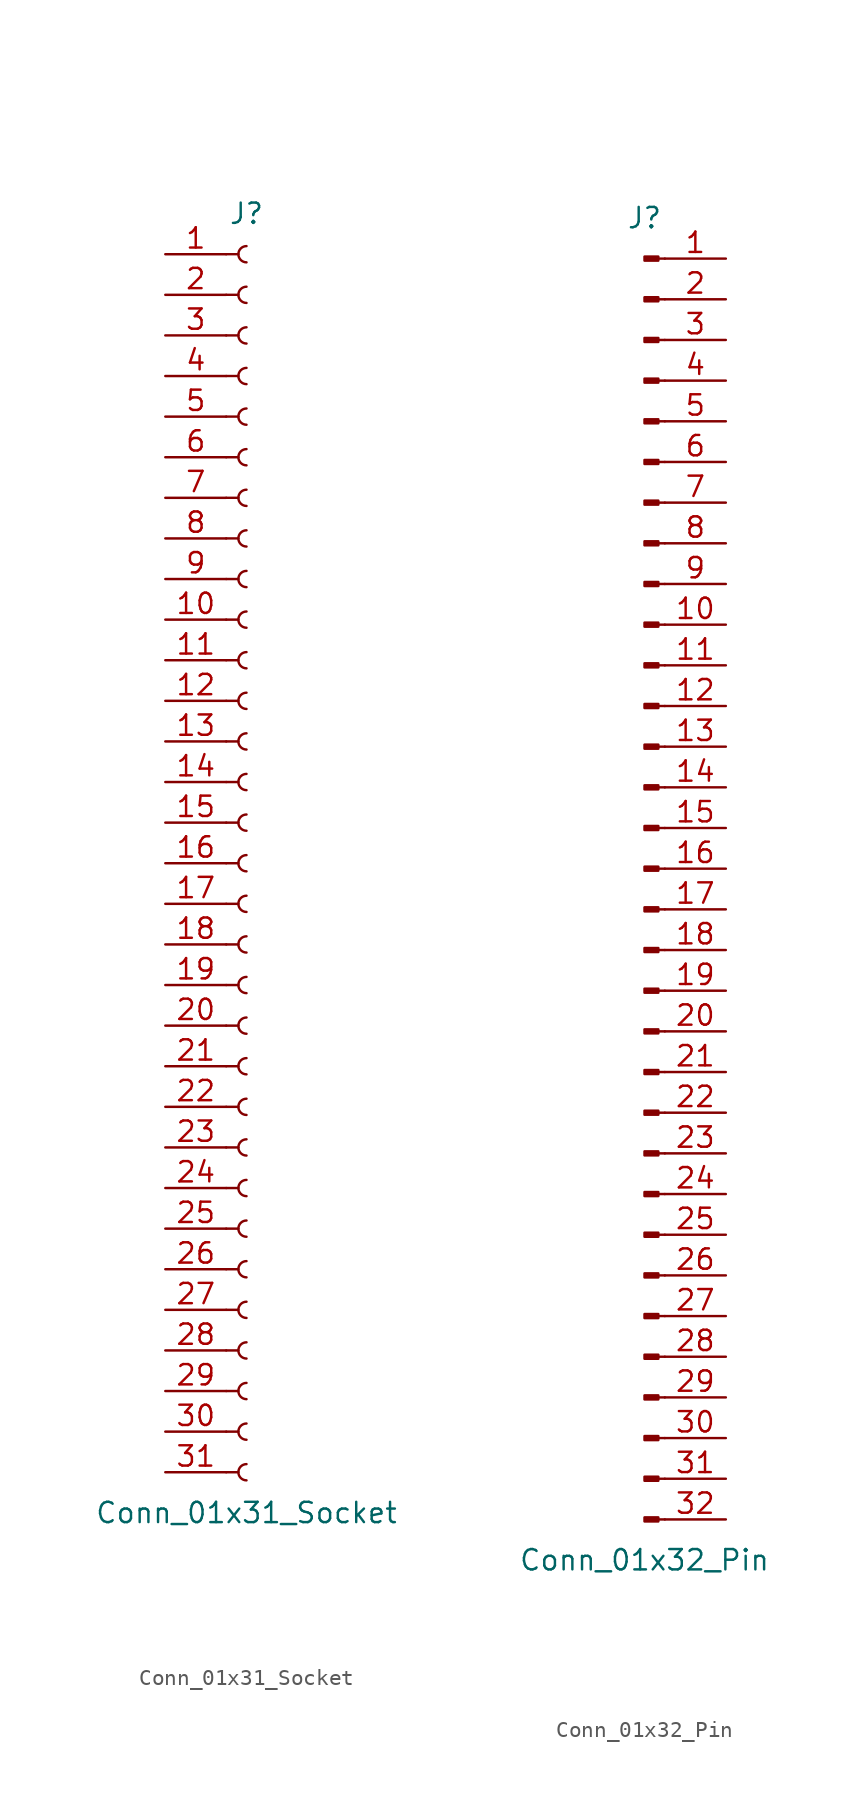
<source format=kicad_sym>
(kicad_symbol_lib
  (version 20241209)
  (generator "kicad_symbol_editor")
  (generator_version "9.0")
  (symbol "Conn_01x31_Socket"
    (pin_names
      (offset 1.016)
      (hide yes))
    (property "Reference" "J"
      (at 0 40.64 0)
      (effects (font (size 1.27 1.27))))
    (property "Value" "Conn_01x31_Socket"
      (at 0 -40.64 0)
      (effects (font (size 1.27 1.27))))
    (property "ki_locked" ""
      (at 0 0 0)
      (effects (font (size 1.27 1.27))))
    (symbol "Conn_01x31_Socket_1_1"
      (polyline (pts (xy -1.27 38.1) (xy -0.508 38.1)) (stroke (width 0.152) (type default)) (fill (type none)))
      (polyline (pts (xy -1.27 35.56) (xy -0.508 35.56)) (stroke (width 0.152) (type default)) (fill (type none)))
      (polyline (pts (xy -1.27 33.02) (xy -0.508 33.02)) (stroke (width 0.152) (type default)) (fill (type none)))
      (polyline (pts (xy -1.27 30.48) (xy -0.508 30.48)) (stroke (width 0.152) (type default)) (fill (type none)))
      (polyline (pts (xy -1.27 27.94) (xy -0.508 27.94)) (stroke (width 0.152) (type default)) (fill (type none)))
      (polyline (pts (xy -1.27 25.4) (xy -0.508 25.4)) (stroke (width 0.152) (type default)) (fill (type none)))
      (polyline (pts (xy -1.27 22.86) (xy -0.508 22.86)) (stroke (width 0.152) (type default)) (fill (type none)))
      (polyline (pts (xy -1.27 20.32) (xy -0.508 20.32)) (stroke (width 0.152) (type default)) (fill (type none)))
      (polyline (pts (xy -1.27 17.78) (xy -0.508 17.78)) (stroke (width 0.152) (type default)) (fill (type none)))
      (polyline (pts (xy -1.27 15.24) (xy -0.508 15.24)) (stroke (width 0.152) (type default)) (fill (type none)))
      (polyline (pts (xy -1.27 12.7) (xy -0.508 12.7)) (stroke (width 0.152) (type default)) (fill (type none)))
      (polyline (pts (xy -1.27 10.16) (xy -0.508 10.16)) (stroke (width 0.152) (type default)) (fill (type none)))
      (polyline (pts (xy -1.27 7.62) (xy -0.508 7.62)) (stroke (width 0.152) (type default)) (fill (type none)))
      (polyline (pts (xy -1.27 5.08) (xy -0.508 5.08)) (stroke (width 0.152) (type default)) (fill (type none)))
      (polyline (pts (xy -1.27 2.54) (xy -0.508 2.54)) (stroke (width 0.152) (type default)) (fill (type none)))
      (polyline (pts (xy -1.27 0) (xy -0.508 0)) (stroke (width 0.152) (type default)) (fill (type none)))
      (polyline (pts (xy -1.27 -2.54) (xy -0.508 -2.54)) (stroke (width 0.152) (type default)) (fill (type none)))
      (polyline (pts (xy -1.27 -5.08) (xy -0.508 -5.08)) (stroke (width 0.152) (type default)) (fill (type none)))
      (polyline (pts (xy -1.27 -7.62) (xy -0.508 -7.62)) (stroke (width 0.152) (type default)) (fill (type none)))
      (polyline (pts (xy -1.27 -10.16) (xy -0.508 -10.16)) (stroke (width 0.152) (type default)) (fill (type none)))
      (polyline (pts (xy -1.27 -12.7) (xy -0.508 -12.7)) (stroke (width 0.152) (type default)) (fill (type none)))
      (polyline (pts (xy -1.27 -15.24) (xy -0.508 -15.24)) (stroke (width 0.152) (type default)) (fill (type none)))
      (polyline (pts (xy -1.27 -17.78) (xy -0.508 -17.78)) (stroke (width 0.152) (type default)) (fill (type none)))
      (polyline (pts (xy -1.27 -20.32) (xy -0.508 -20.32)) (stroke (width 0.152) (type default)) (fill (type none)))
      (polyline (pts (xy -1.27 -22.86) (xy -0.508 -22.86)) (stroke (width 0.152) (type default)) (fill (type none)))
      (polyline (pts (xy -1.27 -25.4) (xy -0.508 -25.4)) (stroke (width 0.152) (type default)) (fill (type none)))
      (polyline (pts (xy -1.27 -27.94) (xy -0.508 -27.94)) (stroke (width 0.152) (type default)) (fill (type none)))
      (polyline (pts (xy -1.27 -30.48) (xy -0.508 -30.48)) (stroke (width 0.152) (type default)) (fill (type none)))
      (polyline (pts (xy -1.27 -33.02) (xy -0.508 -33.02)) (stroke (width 0.152) (type default)) (fill (type none)))
      (polyline (pts (xy -1.27 -35.56) (xy -0.508 -35.56)) (stroke (width 0.152) (type default)) (fill (type none)))
      (polyline (pts (xy -1.27 -38.1) (xy -0.508 -38.1)) (stroke (width 0.152) (type default)) (fill (type none)))
      (arc (start 0 37.592) (mid -0.5058 38.1) (end 0 38.608) (stroke (width 0.1524) (type default)) (fill (type none)))
      (arc (start 0 35.052) (mid -0.5058 35.56) (end 0 36.068) (stroke (width 0.1524) (type default)) (fill (type none)))
      (arc (start 0 32.512) (mid -0.5058 33.02) (end 0 33.528) (stroke (width 0.1524) (type default)) (fill (type none)))
      (arc (start 0 29.972) (mid -0.5058 30.48) (end 0 30.988) (stroke (width 0.1524) (type default)) (fill (type none)))
      (arc (start 0 27.432) (mid -0.5058 27.94) (end 0 28.448) (stroke (width 0.1524) (type default)) (fill (type none)))
      (arc (start 0 24.892) (mid -0.5058 25.4) (end 0 25.908) (stroke (width 0.1524) (type default)) (fill (type none)))
      (arc (start 0 22.352) (mid -0.5058 22.86) (end 0 23.368) (stroke (width 0.1524) (type default)) (fill (type none)))
      (arc (start 0 19.812) (mid -0.5058 20.32) (end 0 20.828) (stroke (width 0.1524) (type default)) (fill (type none)))
      (arc (start 0 17.272) (mid -0.5058 17.78) (end 0 18.288) (stroke (width 0.1524) (type default)) (fill (type none)))
      (arc (start 0 14.732) (mid -0.5058 15.24) (end 0 15.748) (stroke (width 0.1524) (type default)) (fill (type none)))
      (arc (start 0 12.192) (mid -0.5058 12.7) (end 0 13.208) (stroke (width 0.1524) (type default)) (fill (type none)))
      (arc (start 0 9.652) (mid -0.5058 10.16) (end 0 10.668) (stroke (width 0.1524) (type default)) (fill (type none)))
      (arc (start 0 7.112) (mid -0.5058 7.62) (end 0 8.128) (stroke (width 0.1524) (type default)) (fill (type none)))
      (arc (start 0 4.572) (mid -0.5058 5.08) (end 0 5.588) (stroke (width 0.1524) (type default)) (fill (type none)))
      (arc (start 0 2.032) (mid -0.5058 2.54) (end 0 3.048) (stroke (width 0.1524) (type default)) (fill (type none)))
      (arc (start 0 -0.508) (mid -0.5058 0) (end 0 0.508) (stroke (width 0.1524) (type default)) (fill (type none)))
      (arc (start 0 -3.048) (mid -0.5058 -2.54) (end 0 -2.032) (stroke (width 0.1524) (type default)) (fill (type none)))
      (arc (start 0 -5.588) (mid -0.5058 -5.08) (end 0 -4.572) (stroke (width 0.1524) (type default)) (fill (type none)))
      (arc (start 0 -8.128) (mid -0.5058 -7.62) (end 0 -7.112) (stroke (width 0.1524) (type default)) (fill (type none)))
      (arc (start 0 -10.668) (mid -0.5058 -10.16) (end 0 -9.652) (stroke (width 0.1524) (type default)) (fill (type none)))
      (arc (start 0 -13.208) (mid -0.5058 -12.7) (end 0 -12.192) (stroke (width 0.1524) (type default)) (fill (type none)))
      (arc (start 0 -15.748) (mid -0.5058 -15.24) (end 0 -14.732) (stroke (width 0.1524) (type default)) (fill (type none)))
      (arc (start 0 -18.288) (mid -0.5058 -17.78) (end 0 -17.272) (stroke (width 0.1524) (type default)) (fill (type none)))
      (arc (start 0 -20.828) (mid -0.5058 -20.32) (end 0 -19.812) (stroke (width 0.1524) (type default)) (fill (type none)))
      (arc (start 0 -23.368) (mid -0.5058 -22.86) (end 0 -22.352) (stroke (width 0.1524) (type default)) (fill (type none)))
      (arc (start 0 -25.908) (mid -0.5058 -25.4) (end 0 -24.892) (stroke (width 0.1524) (type default)) (fill (type none)))
      (arc (start 0 -28.448) (mid -0.5058 -27.94) (end 0 -27.432) (stroke (width 0.1524) (type default)) (fill (type none)))
      (arc (start 0 -30.988) (mid -0.5058 -30.48) (end 0 -29.972) (stroke (width 0.1524) (type default)) (fill (type none)))
      (arc (start 0 -33.528) (mid -0.5058 -33.02) (end 0 -32.512) (stroke (width 0.1524) (type default)) (fill (type none)))
      (arc (start 0 -36.068) (mid -0.5058 -35.56) (end 0 -35.052) (stroke (width 0.1524) (type default)) (fill (type none)))
      (arc (start 0 -38.608) (mid -0.5058 -38.1) (end 0 -37.592) (stroke (width 0.1524) (type default)) (fill (type none)))
      (pin passive line (at -5.08 38.1 0) (length 3.81) (name "Pin_1" (effects (font (size 1.27 1.27)))) (number "1" (effects (font (size 1.27 1.27)))))
      (pin passive line (at -5.08 35.56 0) (length 3.81) (name "Pin_2" (effects (font (size 1.27 1.27)))) (number "2" (effects (font (size 1.27 1.27)))))
      (pin passive line (at -5.08 33.02 0) (length 3.81) (name "Pin_3" (effects (font (size 1.27 1.27)))) (number "3" (effects (font (size 1.27 1.27)))))
      (pin passive line (at -5.08 30.48 0) (length 3.81) (name "Pin_4" (effects (font (size 1.27 1.27)))) (number "4" (effects (font (size 1.27 1.27)))))
      (pin passive line (at -5.08 27.94 0) (length 3.81) (name "Pin_5" (effects (font (size 1.27 1.27)))) (number "5" (effects (font (size 1.27 1.27)))))
      (pin passive line (at -5.08 25.4 0) (length 3.81) (name "Pin_6" (effects (font (size 1.27 1.27)))) (number "6" (effects (font (size 1.27 1.27)))))
      (pin passive line (at -5.08 22.86 0) (length 3.81) (name "Pin_7" (effects (font (size 1.27 1.27)))) (number "7" (effects (font (size 1.27 1.27)))))
      (pin passive line (at -5.08 20.32 0) (length 3.81) (name "Pin_8" (effects (font (size 1.27 1.27)))) (number "8" (effects (font (size 1.27 1.27)))))
      (pin passive line (at -5.08 17.78 0) (length 3.81) (name "Pin_9" (effects (font (size 1.27 1.27)))) (number "9" (effects (font (size 1.27 1.27)))))
      (pin passive line (at -5.08 15.24 0) (length 3.81) (name "Pin_10" (effects (font (size 1.27 1.27)))) (number "10" (effects (font (size 1.27 1.27)))))
      (pin passive line (at -5.08 12.7 0) (length 3.81) (name "Pin_11" (effects (font (size 1.27 1.27)))) (number "11" (effects (font (size 1.27 1.27)))))
      (pin passive line (at -5.08 10.16 0) (length 3.81) (name "Pin_12" (effects (font (size 1.27 1.27)))) (number "12" (effects (font (size 1.27 1.27)))))
      (pin passive line (at -5.08 7.62 0) (length 3.81) (name "Pin_13" (effects (font (size 1.27 1.27)))) (number "13" (effects (font (size 1.27 1.27)))))
      (pin passive line (at -5.08 5.08 0) (length 3.81) (name "Pin_14" (effects (font (size 1.27 1.27)))) (number "14" (effects (font (size 1.27 1.27)))))
      (pin passive line (at -5.08 2.54 0) (length 3.81) (name "Pin_15" (effects (font (size 1.27 1.27)))) (number "15" (effects (font (size 1.27 1.27)))))
      (pin passive line (at -5.08 0 0) (length 3.81) (name "Pin_16" (effects (font (size 1.27 1.27)))) (number "16" (effects (font (size 1.27 1.27)))))
      (pin passive line (at -5.08 -2.54 0) (length 3.81) (name "Pin_17" (effects (font (size 1.27 1.27)))) (number "17" (effects (font (size 1.27 1.27)))))
      (pin passive line (at -5.08 -5.08 0) (length 3.81) (name "Pin_18" (effects (font (size 1.27 1.27)))) (number "18" (effects (font (size 1.27 1.27)))))
      (pin passive line (at -5.08 -7.62 0) (length 3.81) (name "Pin_19" (effects (font (size 1.27 1.27)))) (number "19" (effects (font (size 1.27 1.27)))))
      (pin passive line (at -5.08 -10.16 0) (length 3.81) (name "Pin_20" (effects (font (size 1.27 1.27)))) (number "20" (effects (font (size 1.27 1.27)))))
      (pin passive line (at -5.08 -12.7 0) (length 3.81) (name "Pin_21" (effects (font (size 1.27 1.27)))) (number "21" (effects (font (size 1.27 1.27)))))
      (pin passive line (at -5.08 -15.24 0) (length 3.81) (name "Pin_22" (effects (font (size 1.27 1.27)))) (number "22" (effects (font (size 1.27 1.27)))))
      (pin passive line (at -5.08 -17.78 0) (length 3.81) (name "Pin_23" (effects (font (size 1.27 1.27)))) (number "23" (effects (font (size 1.27 1.27)))))
      (pin passive line (at -5.08 -20.32 0) (length 3.81) (name "Pin_24" (effects (font (size 1.27 1.27)))) (number "24" (effects (font (size 1.27 1.27)))))
      (pin passive line (at -5.08 -22.86 0) (length 3.81) (name "Pin_25" (effects (font (size 1.27 1.27)))) (number "25" (effects (font (size 1.27 1.27)))))
      (pin passive line (at -5.08 -25.4 0) (length 3.81) (name "Pin_26" (effects (font (size 1.27 1.27)))) (number "26" (effects (font (size 1.27 1.27)))))
      (pin passive line (at -5.08 -27.94 0) (length 3.81) (name "Pin_27" (effects (font (size 1.27 1.27)))) (number "27" (effects (font (size 1.27 1.27)))))
      (pin passive line (at -5.08 -30.48 0) (length 3.81) (name "Pin_28" (effects (font (size 1.27 1.27)))) (number "28" (effects (font (size 1.27 1.27)))))
      (pin passive line (at -5.08 -33.02 0) (length 3.81) (name "Pin_29" (effects (font (size 1.27 1.27)))) (number "29" (effects (font (size 1.27 1.27)))))
      (pin passive line (at -5.08 -35.56 0) (length 3.81) (name "Pin_30" (effects (font (size 1.27 1.27)))) (number "30" (effects (font (size 1.27 1.27)))))
      (pin passive line (at -5.08 -38.1 0) (length 3.81) (name "Pin_31" (effects (font (size 1.27 1.27)))) (number "31" (effects (font (size 1.27 1.27)))))))
  (symbol "Conn_01x32_Pin"
    (pin_names
      (offset 1.016)
      (hide yes))
    (property "Reference" "J"
      (at 0 40.64 0)
      (effects (font (size 1.27 1.27))))
    (property "Value" "Conn_01x32_Pin"
      (at 0 -43.18 0)
      (effects (font (size 1.27 1.27))))
    (property "ki_locked" ""
      (at 0 0 0)
      (effects (font (size 1.27 1.27))))
    (symbol "Conn_01x32_Pin_1_1"
      (rectangle (start 0.864 38.227) (end 0 37.973) (stroke (width 0.152) (type default)) (fill (type outline)))
      (rectangle (start 0.864 35.687) (end 0 35.433) (stroke (width 0.152) (type default)) (fill (type outline)))
      (rectangle (start 0.864 33.147) (end 0 32.893) (stroke (width 0.152) (type default)) (fill (type outline)))
      (rectangle (start 0.864 30.607) (end 0 30.353) (stroke (width 0.152) (type default)) (fill (type outline)))
      (rectangle (start 0.864 28.067) (end 0 27.813) (stroke (width 0.152) (type default)) (fill (type outline)))
      (rectangle (start 0.864 25.527) (end 0 25.273) (stroke (width 0.152) (type default)) (fill (type outline)))
      (rectangle (start 0.864 22.987) (end 0 22.733) (stroke (width 0.152) (type default)) (fill (type outline)))
      (rectangle (start 0.864 20.447) (end 0 20.193) (stroke (width 0.152) (type default)) (fill (type outline)))
      (rectangle (start 0.864 17.907) (end 0 17.653) (stroke (width 0.152) (type default)) (fill (type outline)))
      (rectangle (start 0.864 15.367) (end 0 15.113) (stroke (width 0.152) (type default)) (fill (type outline)))
      (rectangle (start 0.864 12.827) (end 0 12.573) (stroke (width 0.152) (type default)) (fill (type outline)))
      (rectangle (start 0.864 10.287) (end 0 10.033) (stroke (width 0.152) (type default)) (fill (type outline)))
      (rectangle (start 0.864 7.747) (end 0 7.493) (stroke (width 0.152) (type default)) (fill (type outline)))
      (rectangle (start 0.864 5.207) (end 0 4.953) (stroke (width 0.152) (type default)) (fill (type outline)))
      (rectangle (start 0.864 2.667) (end 0 2.413) (stroke (width 0.152) (type default)) (fill (type outline)))
      (rectangle (start 0.864 0.127) (end 0 -0.127) (stroke (width 0.152) (type default)) (fill (type outline)))
      (rectangle (start 0.864 -2.413) (end 0 -2.667) (stroke (width 0.152) (type default)) (fill (type outline)))
      (rectangle (start 0.864 -4.953) (end 0 -5.207) (stroke (width 0.152) (type default)) (fill (type outline)))
      (rectangle (start 0.864 -7.493) (end 0 -7.747) (stroke (width 0.152) (type default)) (fill (type outline)))
      (rectangle (start 0.864 -10.033) (end 0 -10.287) (stroke (width 0.152) (type default)) (fill (type outline)))
      (rectangle (start 0.864 -12.573) (end 0 -12.827) (stroke (width 0.152) (type default)) (fill (type outline)))
      (rectangle (start 0.864 -15.113) (end 0 -15.367) (stroke (width 0.152) (type default)) (fill (type outline)))
      (rectangle (start 0.864 -17.653) (end 0 -17.907) (stroke (width 0.152) (type default)) (fill (type outline)))
      (rectangle (start 0.864 -20.193) (end 0 -20.447) (stroke (width 0.152) (type default)) (fill (type outline)))
      (rectangle (start 0.864 -22.733) (end 0 -22.987) (stroke (width 0.152) (type default)) (fill (type outline)))
      (rectangle (start 0.864 -25.273) (end 0 -25.527) (stroke (width 0.152) (type default)) (fill (type outline)))
      (rectangle (start 0.864 -27.813) (end 0 -28.067) (stroke (width 0.152) (type default)) (fill (type outline)))
      (rectangle (start 0.864 -30.353) (end 0 -30.607) (stroke (width 0.152) (type default)) (fill (type outline)))
      (rectangle (start 0.864 -32.893) (end 0 -33.147) (stroke (width 0.152) (type default)) (fill (type outline)))
      (rectangle (start 0.864 -35.433) (end 0 -35.687) (stroke (width 0.152) (type default)) (fill (type outline)))
      (rectangle (start 0.864 -37.973) (end 0 -38.227) (stroke (width 0.152) (type default)) (fill (type outline)))
      (rectangle (start 0.864 -40.513) (end 0 -40.767) (stroke (width 0.152) (type default)) (fill (type outline)))
      (polyline (pts (xy 1.27 38.1) (xy 0.864 38.1)) (stroke (width 0.152) (type default)) (fill (type none)))
      (polyline (pts (xy 1.27 35.56) (xy 0.864 35.56)) (stroke (width 0.152) (type default)) (fill (type none)))
      (polyline (pts (xy 1.27 33.02) (xy 0.864 33.02)) (stroke (width 0.152) (type default)) (fill (type none)))
      (polyline (pts (xy 1.27 30.48) (xy 0.864 30.48)) (stroke (width 0.152) (type default)) (fill (type none)))
      (polyline (pts (xy 1.27 27.94) (xy 0.864 27.94)) (stroke (width 0.152) (type default)) (fill (type none)))
      (polyline (pts (xy 1.27 25.4) (xy 0.864 25.4)) (stroke (width 0.152) (type default)) (fill (type none)))
      (polyline (pts (xy 1.27 22.86) (xy 0.864 22.86)) (stroke (width 0.152) (type default)) (fill (type none)))
      (polyline (pts (xy 1.27 20.32) (xy 0.864 20.32)) (stroke (width 0.152) (type default)) (fill (type none)))
      (polyline (pts (xy 1.27 17.78) (xy 0.864 17.78)) (stroke (width 0.152) (type default)) (fill (type none)))
      (polyline (pts (xy 1.27 15.24) (xy 0.864 15.24)) (stroke (width 0.152) (type default)) (fill (type none)))
      (polyline (pts (xy 1.27 12.7) (xy 0.864 12.7)) (stroke (width 0.152) (type default)) (fill (type none)))
      (polyline (pts (xy 1.27 10.16) (xy 0.864 10.16)) (stroke (width 0.152) (type default)) (fill (type none)))
      (polyline (pts (xy 1.27 7.62) (xy 0.864 7.62)) (stroke (width 0.152) (type default)) (fill (type none)))
      (polyline (pts (xy 1.27 5.08) (xy 0.864 5.08)) (stroke (width 0.152) (type default)) (fill (type none)))
      (polyline (pts (xy 1.27 2.54) (xy 0.864 2.54)) (stroke (width 0.152) (type default)) (fill (type none)))
      (polyline (pts (xy 1.27 0) (xy 0.864 0)) (stroke (width 0.152) (type default)) (fill (type none)))
      (polyline (pts (xy 1.27 -2.54) (xy 0.864 -2.54)) (stroke (width 0.152) (type default)) (fill (type none)))
      (polyline (pts (xy 1.27 -5.08) (xy 0.864 -5.08)) (stroke (width 0.152) (type default)) (fill (type none)))
      (polyline (pts (xy 1.27 -7.62) (xy 0.864 -7.62)) (stroke (width 0.152) (type default)) (fill (type none)))
      (polyline (pts (xy 1.27 -10.16) (xy 0.864 -10.16)) (stroke (width 0.152) (type default)) (fill (type none)))
      (polyline (pts (xy 1.27 -12.7) (xy 0.864 -12.7)) (stroke (width 0.152) (type default)) (fill (type none)))
      (polyline (pts (xy 1.27 -15.24) (xy 0.864 -15.24)) (stroke (width 0.152) (type default)) (fill (type none)))
      (polyline (pts (xy 1.27 -17.78) (xy 0.864 -17.78)) (stroke (width 0.152) (type default)) (fill (type none)))
      (polyline (pts (xy 1.27 -20.32) (xy 0.864 -20.32)) (stroke (width 0.152) (type default)) (fill (type none)))
      (polyline (pts (xy 1.27 -22.86) (xy 0.864 -22.86)) (stroke (width 0.152) (type default)) (fill (type none)))
      (polyline (pts (xy 1.27 -25.4) (xy 0.864 -25.4)) (stroke (width 0.152) (type default)) (fill (type none)))
      (polyline (pts (xy 1.27 -27.94) (xy 0.864 -27.94)) (stroke (width 0.152) (type default)) (fill (type none)))
      (polyline (pts (xy 1.27 -30.48) (xy 0.864 -30.48)) (stroke (width 0.152) (type default)) (fill (type none)))
      (polyline (pts (xy 1.27 -33.02) (xy 0.864 -33.02)) (stroke (width 0.152) (type default)) (fill (type none)))
      (polyline (pts (xy 1.27 -35.56) (xy 0.864 -35.56)) (stroke (width 0.152) (type default)) (fill (type none)))
      (polyline (pts (xy 1.27 -38.1) (xy 0.864 -38.1)) (stroke (width 0.152) (type default)) (fill (type none)))
      (polyline (pts (xy 1.27 -40.64) (xy 0.864 -40.64)) (stroke (width 0.152) (type default)) (fill (type none)))
      (pin passive line (at 5.08 38.1 180) (length 3.81) (name "Pin_1" (effects (font (size 1.27 1.27)))) (number "1" (effects (font (size 1.27 1.27)))))
      (pin passive line (at 5.08 35.56 180) (length 3.81) (name "Pin_2" (effects (font (size 1.27 1.27)))) (number "2" (effects (font (size 1.27 1.27)))))
      (pin passive line (at 5.08 33.02 180) (length 3.81) (name "Pin_3" (effects (font (size 1.27 1.27)))) (number "3" (effects (font (size 1.27 1.27)))))
      (pin passive line (at 5.08 30.48 180) (length 3.81) (name "Pin_4" (effects (font (size 1.27 1.27)))) (number "4" (effects (font (size 1.27 1.27)))))
      (pin passive line (at 5.08 27.94 180) (length 3.81) (name "Pin_5" (effects (font (size 1.27 1.27)))) (number "5" (effects (font (size 1.27 1.27)))))
      (pin passive line (at 5.08 25.4 180) (length 3.81) (name "Pin_6" (effects (font (size 1.27 1.27)))) (number "6" (effects (font (size 1.27 1.27)))))
      (pin passive line (at 5.08 22.86 180) (length 3.81) (name "Pin_7" (effects (font (size 1.27 1.27)))) (number "7" (effects (font (size 1.27 1.27)))))
      (pin passive line (at 5.08 20.32 180) (length 3.81) (name "Pin_8" (effects (font (size 1.27 1.27)))) (number "8" (effects (font (size 1.27 1.27)))))
      (pin passive line (at 5.08 17.78 180) (length 3.81) (name "Pin_9" (effects (font (size 1.27 1.27)))) (number "9" (effects (font (size 1.27 1.27)))))
      (pin passive line (at 5.08 15.24 180) (length 3.81) (name "Pin_10" (effects (font (size 1.27 1.27)))) (number "10" (effects (font (size 1.27 1.27)))))
      (pin passive line (at 5.08 12.7 180) (length 3.81) (name "Pin_11" (effects (font (size 1.27 1.27)))) (number "11" (effects (font (size 1.27 1.27)))))
      (pin passive line (at 5.08 10.16 180) (length 3.81) (name "Pin_12" (effects (font (size 1.27 1.27)))) (number "12" (effects (font (size 1.27 1.27)))))
      (pin passive line (at 5.08 7.62 180) (length 3.81) (name "Pin_13" (effects (font (size 1.27 1.27)))) (number "13" (effects (font (size 1.27 1.27)))))
      (pin passive line (at 5.08 5.08 180) (length 3.81) (name "Pin_14" (effects (font (size 1.27 1.27)))) (number "14" (effects (font (size 1.27 1.27)))))
      (pin passive line (at 5.08 2.54 180) (length 3.81) (name "Pin_15" (effects (font (size 1.27 1.27)))) (number "15" (effects (font (size 1.27 1.27)))))
      (pin passive line (at 5.08 0 180) (length 3.81) (name "Pin_16" (effects (font (size 1.27 1.27)))) (number "16" (effects (font (size 1.27 1.27)))))
      (pin passive line (at 5.08 -2.54 180) (length 3.81) (name "Pin_17" (effects (font (size 1.27 1.27)))) (number "17" (effects (font (size 1.27 1.27)))))
      (pin passive line (at 5.08 -5.08 180) (length 3.81) (name "Pin_18" (effects (font (size 1.27 1.27)))) (number "18" (effects (font (size 1.27 1.27)))))
      (pin passive line (at 5.08 -7.62 180) (length 3.81) (name "Pin_19" (effects (font (size 1.27 1.27)))) (number "19" (effects (font (size 1.27 1.27)))))
      (pin passive line (at 5.08 -10.16 180) (length 3.81) (name "Pin_20" (effects (font (size 1.27 1.27)))) (number "20" (effects (font (size 1.27 1.27)))))
      (pin passive line (at 5.08 -12.7 180) (length 3.81) (name "Pin_21" (effects (font (size 1.27 1.27)))) (number "21" (effects (font (size 1.27 1.27)))))
      (pin passive line (at 5.08 -15.24 180) (length 3.81) (name "Pin_22" (effects (font (size 1.27 1.27)))) (number "22" (effects (font (size 1.27 1.27)))))
      (pin passive line (at 5.08 -17.78 180) (length 3.81) (name "Pin_23" (effects (font (size 1.27 1.27)))) (number "23" (effects (font (size 1.27 1.27)))))
      (pin passive line (at 5.08 -20.32 180) (length 3.81) (name "Pin_24" (effects (font (size 1.27 1.27)))) (number "24" (effects (font (size 1.27 1.27)))))
      (pin passive line (at 5.08 -22.86 180) (length 3.81) (name "Pin_25" (effects (font (size 1.27 1.27)))) (number "25" (effects (font (size 1.27 1.27)))))
      (pin passive line (at 5.08 -25.4 180) (length 3.81) (name "Pin_26" (effects (font (size 1.27 1.27)))) (number "26" (effects (font (size 1.27 1.27)))))
      (pin passive line (at 5.08 -27.94 180) (length 3.81) (name "Pin_27" (effects (font (size 1.27 1.27)))) (number "27" (effects (font (size 1.27 1.27)))))
      (pin passive line (at 5.08 -30.48 180) (length 3.81) (name "Pin_28" (effects (font (size 1.27 1.27)))) (number "28" (effects (font (size 1.27 1.27)))))
      (pin passive line (at 5.08 -33.02 180) (length 3.81) (name "Pin_29" (effects (font (size 1.27 1.27)))) (number "29" (effects (font (size 1.27 1.27)))))
      (pin passive line (at 5.08 -35.56 180) (length 3.81) (name "Pin_30" (effects (font (size 1.27 1.27)))) (number "30" (effects (font (size 1.27 1.27)))))
      (pin passive line (at 5.08 -38.1 180) (length 3.81) (name "Pin_31" (effects (font (size 1.27 1.27)))) (number "31" (effects (font (size 1.27 1.27)))))
      (pin passive line (at 5.08 -40.64 180) (length 3.81) (name "Pin_32" (effects (font (size 1.27 1.27)))) (number "32" (effects (font (size 1.27 1.27))))))))
</source>
